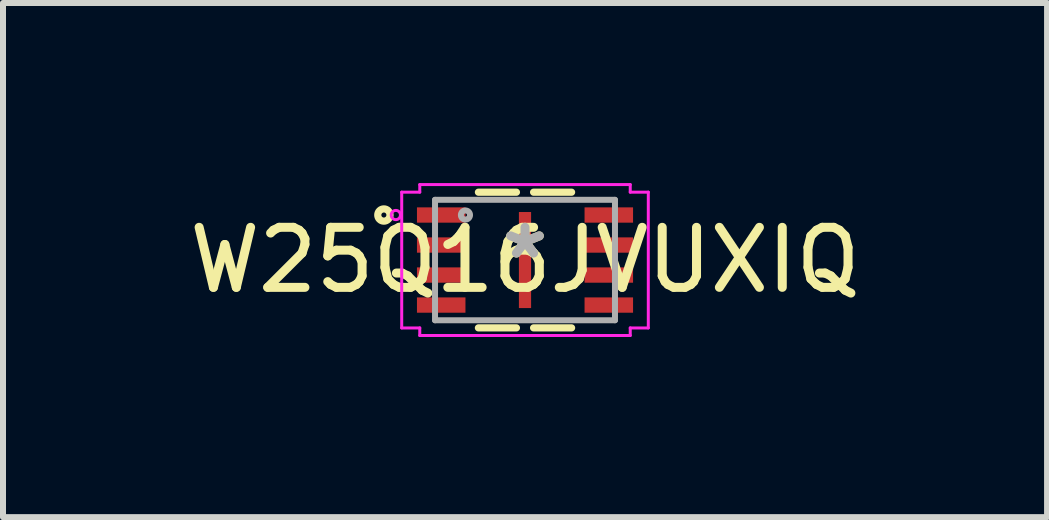
<source format=kicad_pcb>
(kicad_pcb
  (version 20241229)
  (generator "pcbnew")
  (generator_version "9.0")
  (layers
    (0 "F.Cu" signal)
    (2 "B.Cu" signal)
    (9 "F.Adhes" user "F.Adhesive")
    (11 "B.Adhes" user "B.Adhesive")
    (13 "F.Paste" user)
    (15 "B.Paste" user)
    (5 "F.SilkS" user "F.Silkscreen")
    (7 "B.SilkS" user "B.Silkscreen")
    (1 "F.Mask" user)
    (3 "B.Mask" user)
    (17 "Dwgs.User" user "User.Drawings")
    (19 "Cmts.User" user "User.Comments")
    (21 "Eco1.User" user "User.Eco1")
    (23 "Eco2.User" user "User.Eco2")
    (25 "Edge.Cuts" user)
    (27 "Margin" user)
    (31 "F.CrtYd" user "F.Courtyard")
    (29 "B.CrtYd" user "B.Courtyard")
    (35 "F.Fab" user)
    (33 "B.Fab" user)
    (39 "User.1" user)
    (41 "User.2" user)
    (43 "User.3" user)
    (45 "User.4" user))
  (footprint "W25Q16JVUXIQ"
    (layer "F.Cu")
    (at 5.696 1.282)
    (property "Reference" "W25Q16JVUXIQ" (at 0 0 0) (layer "F.SilkS") (effects (font (size 1 1) (thickness 0.15))))
    (attr through_hole)
    (fp_line (start -0.776 1.13) (end -0.143 1.13) (stroke (width 0.12) (type solid)) (layer "F.SilkS"))
    (fp_line (start -0.143 -1.13) (end -0.776 -1.13) (stroke (width 0.12) (type solid)) (layer "F.SilkS"))
    (fp_line (start 0.143 1.13) (end 0.776 1.13) (stroke (width 0.12) (type solid)) (layer "F.SilkS"))
    (fp_line (start 0.776 -1.13) (end 0.143 -1.13) (stroke (width 0.12) (type solid)) (layer "F.SilkS"))
    (fp_circle (center -2.351 -0.75) (end -2.249 -0.75) (stroke (width 0.12) (type solid)) (fill no) (layer "F.SilkS"))
    (fp_line (start -2.054 -1.131) (end -1.753 -1.131) (stroke (width 0.05) (type solid)) (layer "F.CrtYd"))
    (fp_line (start -2.054 1.131) (end -2.054 -1.131) (stroke (width 0.05) (type solid)) (layer "F.CrtYd"))
    (fp_line (start -1.753 -1.257) (end 1.753 -1.257) (stroke (width 0.05) (type solid)) (layer "F.CrtYd"))
    (fp_line (start -1.753 -1.131) (end -1.753 -1.257) (stroke (width 0.05) (type solid)) (layer "F.CrtYd"))
    (fp_line (start -1.753 1.131) (end -2.054 1.131) (stroke (width 0.05) (type solid)) (layer "F.CrtYd"))
    (fp_line (start -1.753 1.257) (end -1.753 1.131) (stroke (width 0.05) (type solid)) (layer "F.CrtYd"))
    (fp_line (start 1.753 -1.257) (end 1.753 -1.131) (stroke (width 0.05) (type solid)) (layer "F.CrtYd"))
    (fp_line (start 1.753 -1.131) (end 2.054 -1.131) (stroke (width 0.05) (type solid)) (layer "F.CrtYd"))
    (fp_line (start 1.753 1.131) (end 1.753 1.257) (stroke (width 0.05) (type solid)) (layer "F.CrtYd"))
    (fp_line (start 1.753 1.257) (end -1.753 1.257) (stroke (width 0.05) (type solid)) (layer "F.CrtYd"))
    (fp_line (start 2.054 -1.131) (end 2.054 1.131) (stroke (width 0.05) (type solid)) (layer "F.CrtYd"))
    (fp_line (start 2.054 1.131) (end 1.753 1.131) (stroke (width 0.05) (type solid)) (layer "F.CrtYd"))
    (fp_circle (center -2.152 -0.75) (end -2.075 -0.75) (stroke (width 0.05) (type solid)) (fill no) (layer "F.CrtYd"))
    (fp_line (start -1.499 -1.003) (end -1.499 1.003) (stroke (width 0.1) (type solid)) (layer "F.Fab"))
    (fp_line (start -1.499 1.003) (end 1.499 1.003) (stroke (width 0.1) (type solid)) (layer "F.Fab"))
    (fp_line (start 1.499 -1.003) (end -1.499 -1.003) (stroke (width 0.1) (type solid)) (layer "F.Fab"))
    (fp_line (start 1.499 1.003) (end 1.499 -1.003) (stroke (width 0.1) (type solid)) (layer "F.Fab"))
    (fp_circle (center -0.992 -0.75) (end -0.916 -0.75) (stroke (width 0.1) (type solid)) (fill no) (layer "F.Fab"))
    (fp_text user "*" (at 0 0 0) (layer "F.SilkS") (effects (font (size 1 1) (thickness 0.15))))
    (fp_text user "*" (at 0 0 0) (layer "F.Fab") (effects (font (size 1 1) (thickness 0.15))))
    (pad "1" smd rect (at -1.396 -0.75) (size 0.808 0.255) (layers "F.Cu" "F.Mask" "F.Paste"))
    (pad "2" smd rect (at -1.396 -0.25) (size 0.808 0.255) (layers "F.Cu" "F.Mask" "F.Paste"))
    (pad "3" smd rect (at -1.396 0.25) (size 0.808 0.255) (layers "F.Cu" "F.Mask" "F.Paste"))
    (pad "4" smd rect (at -1.396 0.75) (size 0.808 0.255) (layers "F.Cu" "F.Mask" "F.Paste"))
    (pad "5" smd rect (at 1.396 0.75) (size 0.808 0.255) (layers "F.Cu" "F.Mask" "F.Paste"))
    (pad "6" smd rect (at 1.396 0.25) (size 0.808 0.255) (layers "F.Cu" "F.Mask" "F.Paste"))
    (pad "7" smd rect (at 1.396 -0.25) (size 0.808 0.255) (layers "F.Cu" "F.Mask" "F.Paste"))
    (pad "8" smd rect (at 1.396 -0.75) (size 0.808 0.255) (layers "F.Cu" "F.Mask" "F.Paste"))
    (pad "9" smd rect (at 0 0) (size 0.203 1.6) (layers "F.Cu" "F.Mask" "F.Paste")))
  (gr_rect
    (start -3 -3)
    (end 14.393 5.565)
    (stroke (width 0.1) (type default))
    (fill no)
    (layer "Edge.Cuts")))
</source>
